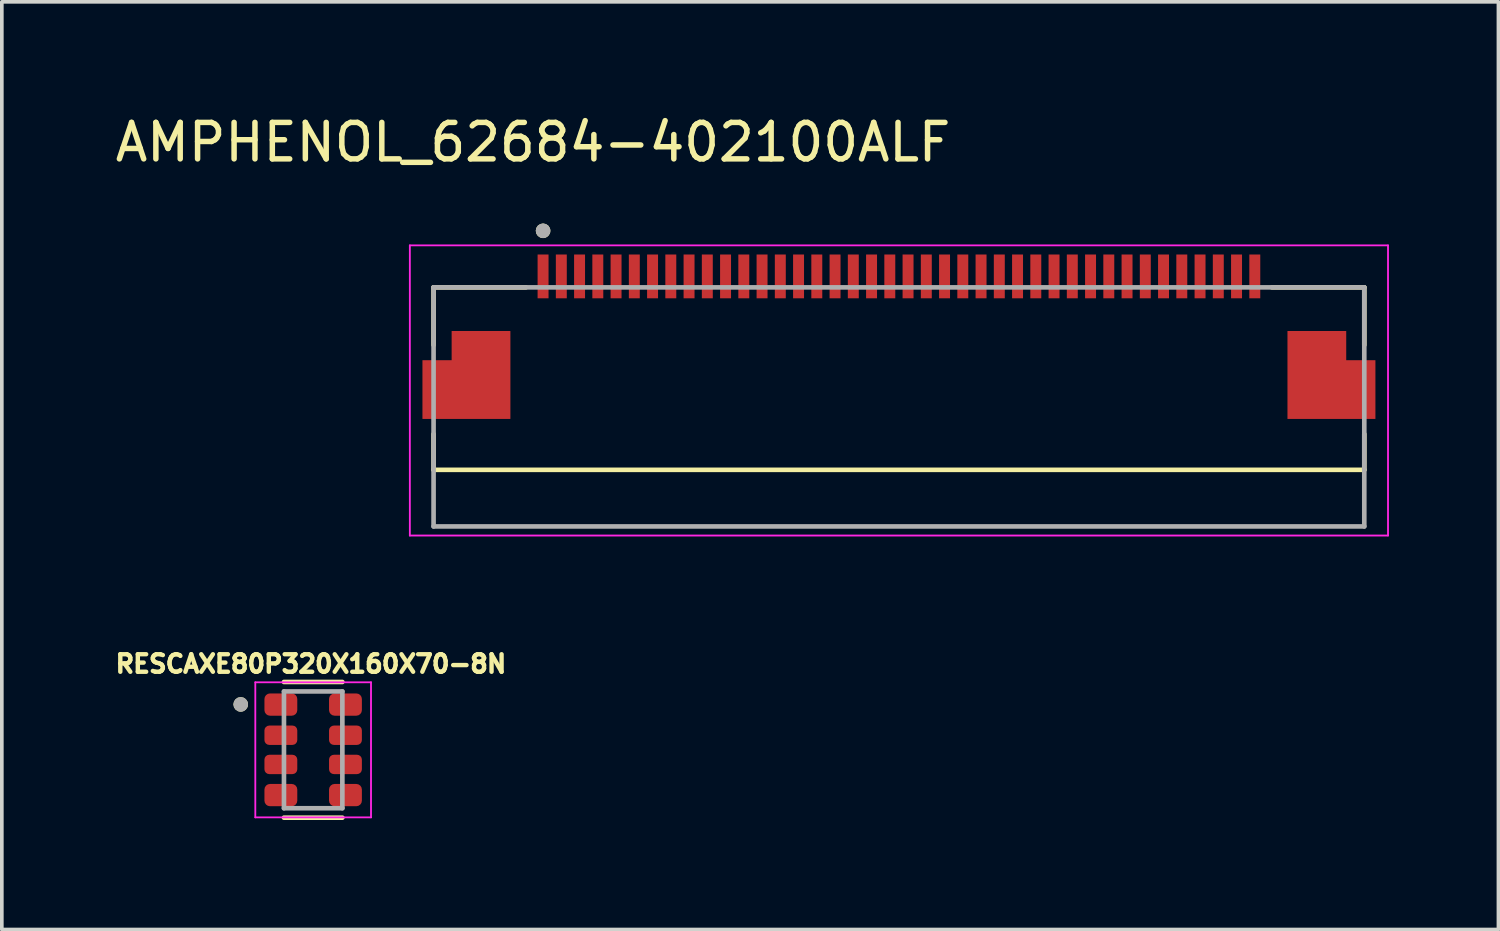
<source format=kicad_pcb>
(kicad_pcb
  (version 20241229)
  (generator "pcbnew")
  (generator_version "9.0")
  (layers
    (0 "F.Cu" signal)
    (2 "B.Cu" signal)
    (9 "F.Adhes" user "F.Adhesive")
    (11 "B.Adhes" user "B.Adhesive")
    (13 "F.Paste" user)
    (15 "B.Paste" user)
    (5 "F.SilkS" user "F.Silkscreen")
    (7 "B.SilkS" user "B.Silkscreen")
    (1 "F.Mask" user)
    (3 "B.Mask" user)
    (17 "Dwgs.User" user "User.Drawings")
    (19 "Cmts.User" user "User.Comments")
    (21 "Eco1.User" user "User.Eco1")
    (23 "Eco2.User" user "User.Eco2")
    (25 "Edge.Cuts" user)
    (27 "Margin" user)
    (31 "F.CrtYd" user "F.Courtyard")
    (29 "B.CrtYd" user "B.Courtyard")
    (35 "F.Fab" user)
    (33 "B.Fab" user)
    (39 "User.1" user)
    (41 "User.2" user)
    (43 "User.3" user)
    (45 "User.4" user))
  (footprint "AMPHENOL_62684-402100ALF"
    (layer "F.Cu")
    (at 21.579 8.098)
    (property "Reference" "AMPHENOL_62684-402100ALF" (at -10.025 -7.25 0) (layer "F.SilkS") (effects (font (size 1 1) (thickness 0.15))))
    (attr smd)
    (fp_poly (pts (xy -10.55 -2.175) (xy -12.35 -2.175) (xy -12.35 -1.375) (xy -13.15 -1.375) (xy -13.15 0.425) (xy -10.55 0.425)) (stroke (width 0.01) (type solid)) (fill yes) (layer "F.Mask"))
    (fp_poly (pts (xy 10.55 -2.175) (xy 12.35 -2.175) (xy 12.35 -1.375) (xy 13.15 -1.375) (xy 13.15 0.425) (xy 10.55 0.425)) (stroke (width 0.01) (type solid)) (fill yes) (layer "F.Mask"))
    (fp_line (start -12.75 -3.275) (end -12.75 -1.695) (stroke (width 0.127) (type solid)) (layer "F.SilkS"))
    (fp_line (start -12.75 -3.275) (end -10.22 -3.275) (stroke (width 0.127) (type solid)) (layer "F.SilkS"))
    (fp_line (start -12.75 1.725) (end -12.75 0.745) (stroke (width 0.127) (type solid)) (layer "F.SilkS"))
    (fp_line (start 12.75 -3.275) (end 10.22 -3.275) (stroke (width 0.127) (type solid)) (layer "F.SilkS"))
    (fp_line (start 12.75 -1.695) (end 12.75 -3.275) (stroke (width 0.127) (type solid)) (layer "F.SilkS"))
    (fp_line (start 12.75 0.745) (end 12.75 1.725) (stroke (width 0.127) (type solid)) (layer "F.SilkS"))
    (fp_line (start 12.75 1.725) (end -12.75 1.725) (stroke (width 0.127) (type solid)) (layer "F.SilkS"))
    (fp_circle (center -9.75 -4.825) (end -9.65 -4.825) (stroke (width 0.2) (type solid)) (fill no) (layer "F.SilkS"))
    (fp_poly (pts (xy -10.65 -2.075) (xy -12.25 -2.075) (xy -12.25 -1.275) (xy -13.05 -1.275) (xy -13.05 0.325) (xy -10.65 0.325)) (stroke (width 0.01) (type solid)) (fill yes) (layer "F.Paste"))
    (fp_poly (pts (xy 10.65 -2.075) (xy 12.25 -2.075) (xy 12.25 -1.275) (xy 13.05 -1.275) (xy 13.05 0.325) (xy 10.65 0.325)) (stroke (width 0.01) (type solid)) (fill yes) (layer "F.Paste"))
    (fp_line (start -13.4 -4.425) (end 13.4 -4.425) (stroke (width 0.05) (type solid)) (layer "F.CrtYd"))
    (fp_line (start -13.4 3.525) (end -13.4 -4.425) (stroke (width 0.05) (type solid)) (layer "F.CrtYd"))
    (fp_line (start 13.4 -4.425) (end 13.4 3.525) (stroke (width 0.05) (type solid)) (layer "F.CrtYd"))
    (fp_line (start 13.4 3.525) (end -13.4 3.525) (stroke (width 0.05) (type solid)) (layer "F.CrtYd"))
    (fp_line (start -12.75 -3.275) (end 12.75 -3.275) (stroke (width 0.127) (type solid)) (layer "F.Fab"))
    (fp_line (start -12.75 3.275) (end -12.75 -3.275) (stroke (width 0.127) (type solid)) (layer "F.Fab"))
    (fp_line (start 12.75 -3.275) (end 12.75 3.275) (stroke (width 0.127) (type solid)) (layer "F.Fab"))
    (fp_line (start 12.75 3.275) (end -12.75 3.275) (stroke (width 0.127) (type solid)) (layer "F.Fab"))
    (fp_circle (center -9.75 -4.825) (end -9.65 -4.825) (stroke (width 0.2) (type solid)) (fill no) (layer "F.Fab"))
    (pad "1" smd rect (at -9.75 -3.575) (size 0.3 1.2) (layers "F.Cu" "F.Mask" "F.Paste"))
    (pad "2" smd rect (at -9.25 -3.575) (size 0.3 1.2) (layers "F.Cu" "F.Mask" "F.Paste"))
    (pad "3" smd rect (at -8.75 -3.575) (size 0.3 1.2) (layers "F.Cu" "F.Mask" "F.Paste"))
    (pad "4" smd rect (at -8.25 -3.575) (size 0.3 1.2) (layers "F.Cu" "F.Mask" "F.Paste"))
    (pad "5" smd rect (at -7.75 -3.575) (size 0.3 1.2) (layers "F.Cu" "F.Mask" "F.Paste"))
    (pad "6" smd rect (at -7.25 -3.575) (size 0.3 1.2) (layers "F.Cu" "F.Mask" "F.Paste"))
    (pad "7" smd rect (at -6.75 -3.575) (size 0.3 1.2) (layers "F.Cu" "F.Mask" "F.Paste"))
    (pad "8" smd rect (at -6.25 -3.575) (size 0.3 1.2) (layers "F.Cu" "F.Mask" "F.Paste"))
    (pad "9" smd rect (at -5.75 -3.575) (size 0.3 1.2) (layers "F.Cu" "F.Mask" "F.Paste"))
    (pad "10" smd rect (at -5.25 -3.575) (size 0.3 1.2) (layers "F.Cu" "F.Mask" "F.Paste"))
    (pad "11" smd rect (at -4.75 -3.575) (size 0.3 1.2) (layers "F.Cu" "F.Mask" "F.Paste"))
    (pad "12" smd rect (at -4.25 -3.575) (size 0.3 1.2) (layers "F.Cu" "F.Mask" "F.Paste"))
    (pad "13" smd rect (at -3.75 -3.575) (size 0.3 1.2) (layers "F.Cu" "F.Mask" "F.Paste"))
    (pad "14" smd rect (at -3.25 -3.575) (size 0.3 1.2) (layers "F.Cu" "F.Mask" "F.Paste"))
    (pad "15" smd rect (at -2.75 -3.575) (size 0.3 1.2) (layers "F.Cu" "F.Mask" "F.Paste"))
    (pad "16" smd rect (at -2.25 -3.575) (size 0.3 1.2) (layers "F.Cu" "F.Mask" "F.Paste"))
    (pad "17" smd rect (at -1.75 -3.575) (size 0.3 1.2) (layers "F.Cu" "F.Mask" "F.Paste"))
    (pad "18" smd rect (at -1.25 -3.575) (size 0.3 1.2) (layers "F.Cu" "F.Mask" "F.Paste"))
    (pad "19" smd rect (at -0.75 -3.575) (size 0.3 1.2) (layers "F.Cu" "F.Mask" "F.Paste"))
    (pad "20" smd rect (at -0.25 -3.575) (size 0.3 1.2) (layers "F.Cu" "F.Mask" "F.Paste"))
    (pad "21" smd rect (at 0.25 -3.575) (size 0.3 1.2) (layers "F.Cu" "F.Mask" "F.Paste"))
    (pad "22" smd rect (at 0.75 -3.575) (size 0.3 1.2) (layers "F.Cu" "F.Mask" "F.Paste"))
    (pad "23" smd rect (at 1.25 -3.575) (size 0.3 1.2) (layers "F.Cu" "F.Mask" "F.Paste"))
    (pad "24" smd rect (at 1.75 -3.575) (size 0.3 1.2) (layers "F.Cu" "F.Mask" "F.Paste"))
    (pad "25" smd rect (at 2.25 -3.575) (size 0.3 1.2) (layers "F.Cu" "F.Mask" "F.Paste"))
    (pad "26" smd rect (at 2.75 -3.575) (size 0.3 1.2) (layers "F.Cu" "F.Mask" "F.Paste"))
    (pad "27" smd rect (at 3.25 -3.575) (size 0.3 1.2) (layers "F.Cu" "F.Mask" "F.Paste"))
    (pad "28" smd rect (at 3.75 -3.575) (size 0.3 1.2) (layers "F.Cu" "F.Mask" "F.Paste"))
    (pad "29" smd rect (at 4.25 -3.575) (size 0.3 1.2) (layers "F.Cu" "F.Mask" "F.Paste"))
    (pad "30" smd rect (at 4.75 -3.575) (size 0.3 1.2) (layers "F.Cu" "F.Mask" "F.Paste"))
    (pad "31" smd rect (at 5.25 -3.575) (size 0.3 1.2) (layers "F.Cu" "F.Mask" "F.Paste"))
    (pad "32" smd rect (at 5.75 -3.575) (size 0.3 1.2) (layers "F.Cu" "F.Mask" "F.Paste"))
    (pad "33" smd rect (at 6.25 -3.575) (size 0.3 1.2) (layers "F.Cu" "F.Mask" "F.Paste"))
    (pad "34" smd rect (at 6.75 -3.575) (size 0.3 1.2) (layers "F.Cu" "F.Mask" "F.Paste"))
    (pad "35" smd rect (at 7.25 -3.575) (size 0.3 1.2) (layers "F.Cu" "F.Mask" "F.Paste"))
    (pad "36" smd rect (at 7.75 -3.575) (size 0.3 1.2) (layers "F.Cu" "F.Mask" "F.Paste"))
    (pad "37" smd rect (at 8.25 -3.575) (size 0.3 1.2) (layers "F.Cu" "F.Mask" "F.Paste"))
    (pad "38" smd rect (at 8.75 -3.575) (size 0.3 1.2) (layers "F.Cu" "F.Mask" "F.Paste"))
    (pad "39" smd rect (at 9.25 -3.575) (size 0.3 1.2) (layers "F.Cu" "F.Mask" "F.Paste"))
    (pad "40" smd rect (at 9.75 -3.575) (size 0.3 1.2) (layers "F.Cu" "F.Mask" "F.Paste"))
    (pad "S1" smd custom (at -11.45 -0.475) (size 1.4 1.4) (layers "F.Cu") (options (anchor rect)) (primitives (gr_poly (pts (xy 0.8 -1.6) (xy -0.8 -1.6) (xy -0.8 -0.8) (xy -1.6 -0.8) (xy -1.6 0.8) (xy 0.8 0.8)) (width 0.01) (fill yes))))
    (pad "S2" smd custom (at 11.45 -0.475) (size 1.4 1.4) (layers "F.Cu") (options (anchor rect)) (primitives (gr_poly (pts (xy -0.8 -1.6) (xy 0.8 -1.6) (xy 0.8 -0.8) (xy 1.6 -0.8) (xy 1.6 0.8) (xy -0.8 0.8)) (width 0.01) (fill yes)))))
  (footprint "RESCAXE80P320X160X70-8N"
    (layer "F.Cu")
    (at 5.53 17.494)
    (property "Reference" "RESCAXE80P320X160X70-8N" (at -0.061 -2.355 0) (layer "F.SilkS") (effects (font (size 0.48 0.48) (thickness 0.12))))
    (attr smd)
    (fp_line (start -0.8 1.859) (end 0.8 1.859) (stroke (width 0.127) (type solid)) (layer "F.SilkS"))
    (fp_line (start 0.8 -1.859) (end -0.8 -1.859) (stroke (width 0.127) (type solid)) (layer "F.SilkS"))
    (fp_circle (center -1.985 -1.245) (end -1.885 -1.245) (stroke (width 0.2) (type solid)) (fill no) (layer "F.SilkS"))
    (fp_line (start -1.585 -1.85) (end -1.585 1.85) (stroke (width 0.05) (type solid)) (layer "F.CrtYd"))
    (fp_line (start -1.585 1.85) (end 1.585 1.85) (stroke (width 0.05) (type solid)) (layer "F.CrtYd"))
    (fp_line (start 1.585 -1.85) (end -1.585 -1.85) (stroke (width 0.05) (type solid)) (layer "F.CrtYd"))
    (fp_line (start 1.585 1.85) (end 1.585 -1.85) (stroke (width 0.05) (type solid)) (layer "F.CrtYd"))
    (fp_line (start -0.8 -1.6) (end -0.8 1.6) (stroke (width 0.127) (type solid)) (layer "F.Fab"))
    (fp_line (start -0.8 1.6) (end 0.8 1.6) (stroke (width 0.127) (type solid)) (layer "F.Fab"))
    (fp_line (start 0.8 -1.6) (end -0.8 -1.6) (stroke (width 0.127) (type solid)) (layer "F.Fab"))
    (fp_line (start 0.8 1.6) (end 0.8 -1.6) (stroke (width 0.127) (type solid)) (layer "F.Fab"))
    (fp_circle (center -1.985 -1.245) (end -1.885 -1.245) (stroke (width 0.2) (type solid)) (fill no) (layer "F.Fab"))
    (pad "1" smd roundrect (at -0.885 -1.24) (size 0.9 0.61) (layers "F.Cu" "F.Mask" "F.Paste") (roundrect_rratio 0.25))
    (pad "2" smd roundrect (at -0.885 -0.4) (size 0.9 0.53) (layers "F.Cu" "F.Mask" "F.Paste") (roundrect_rratio 0.25))
    (pad "3" smd roundrect (at -0.885 0.4) (size 0.9 0.53) (layers "F.Cu" "F.Mask" "F.Paste") (roundrect_rratio 0.25))
    (pad "4" smd roundrect (at -0.885 1.24) (size 0.9 0.61) (layers "F.Cu" "F.Mask" "F.Paste") (roundrect_rratio 0.25))
    (pad "5" smd roundrect (at 0.885 1.24) (size 0.9 0.61) (layers "F.Cu" "F.Mask" "F.Paste") (roundrect_rratio 0.25))
    (pad "6" smd roundrect (at 0.885 0.4) (size 0.9 0.53) (layers "F.Cu" "F.Mask" "F.Paste") (roundrect_rratio 0.25))
    (pad "7" smd roundrect (at 0.885 -0.4) (size 0.9 0.53) (layers "F.Cu" "F.Mask" "F.Paste") (roundrect_rratio 0.25))
    (pad "8" smd roundrect (at 0.885 -1.24) (size 0.9 0.61) (layers "F.Cu" "F.Mask" "F.Paste") (roundrect_rratio 0.25)))
  (gr_rect
    (start -3 -3)
    (end 38.004 22.417)
    (stroke (width 0.1) (type default))
    (fill no)
    (layer "Edge.Cuts")))
</source>
